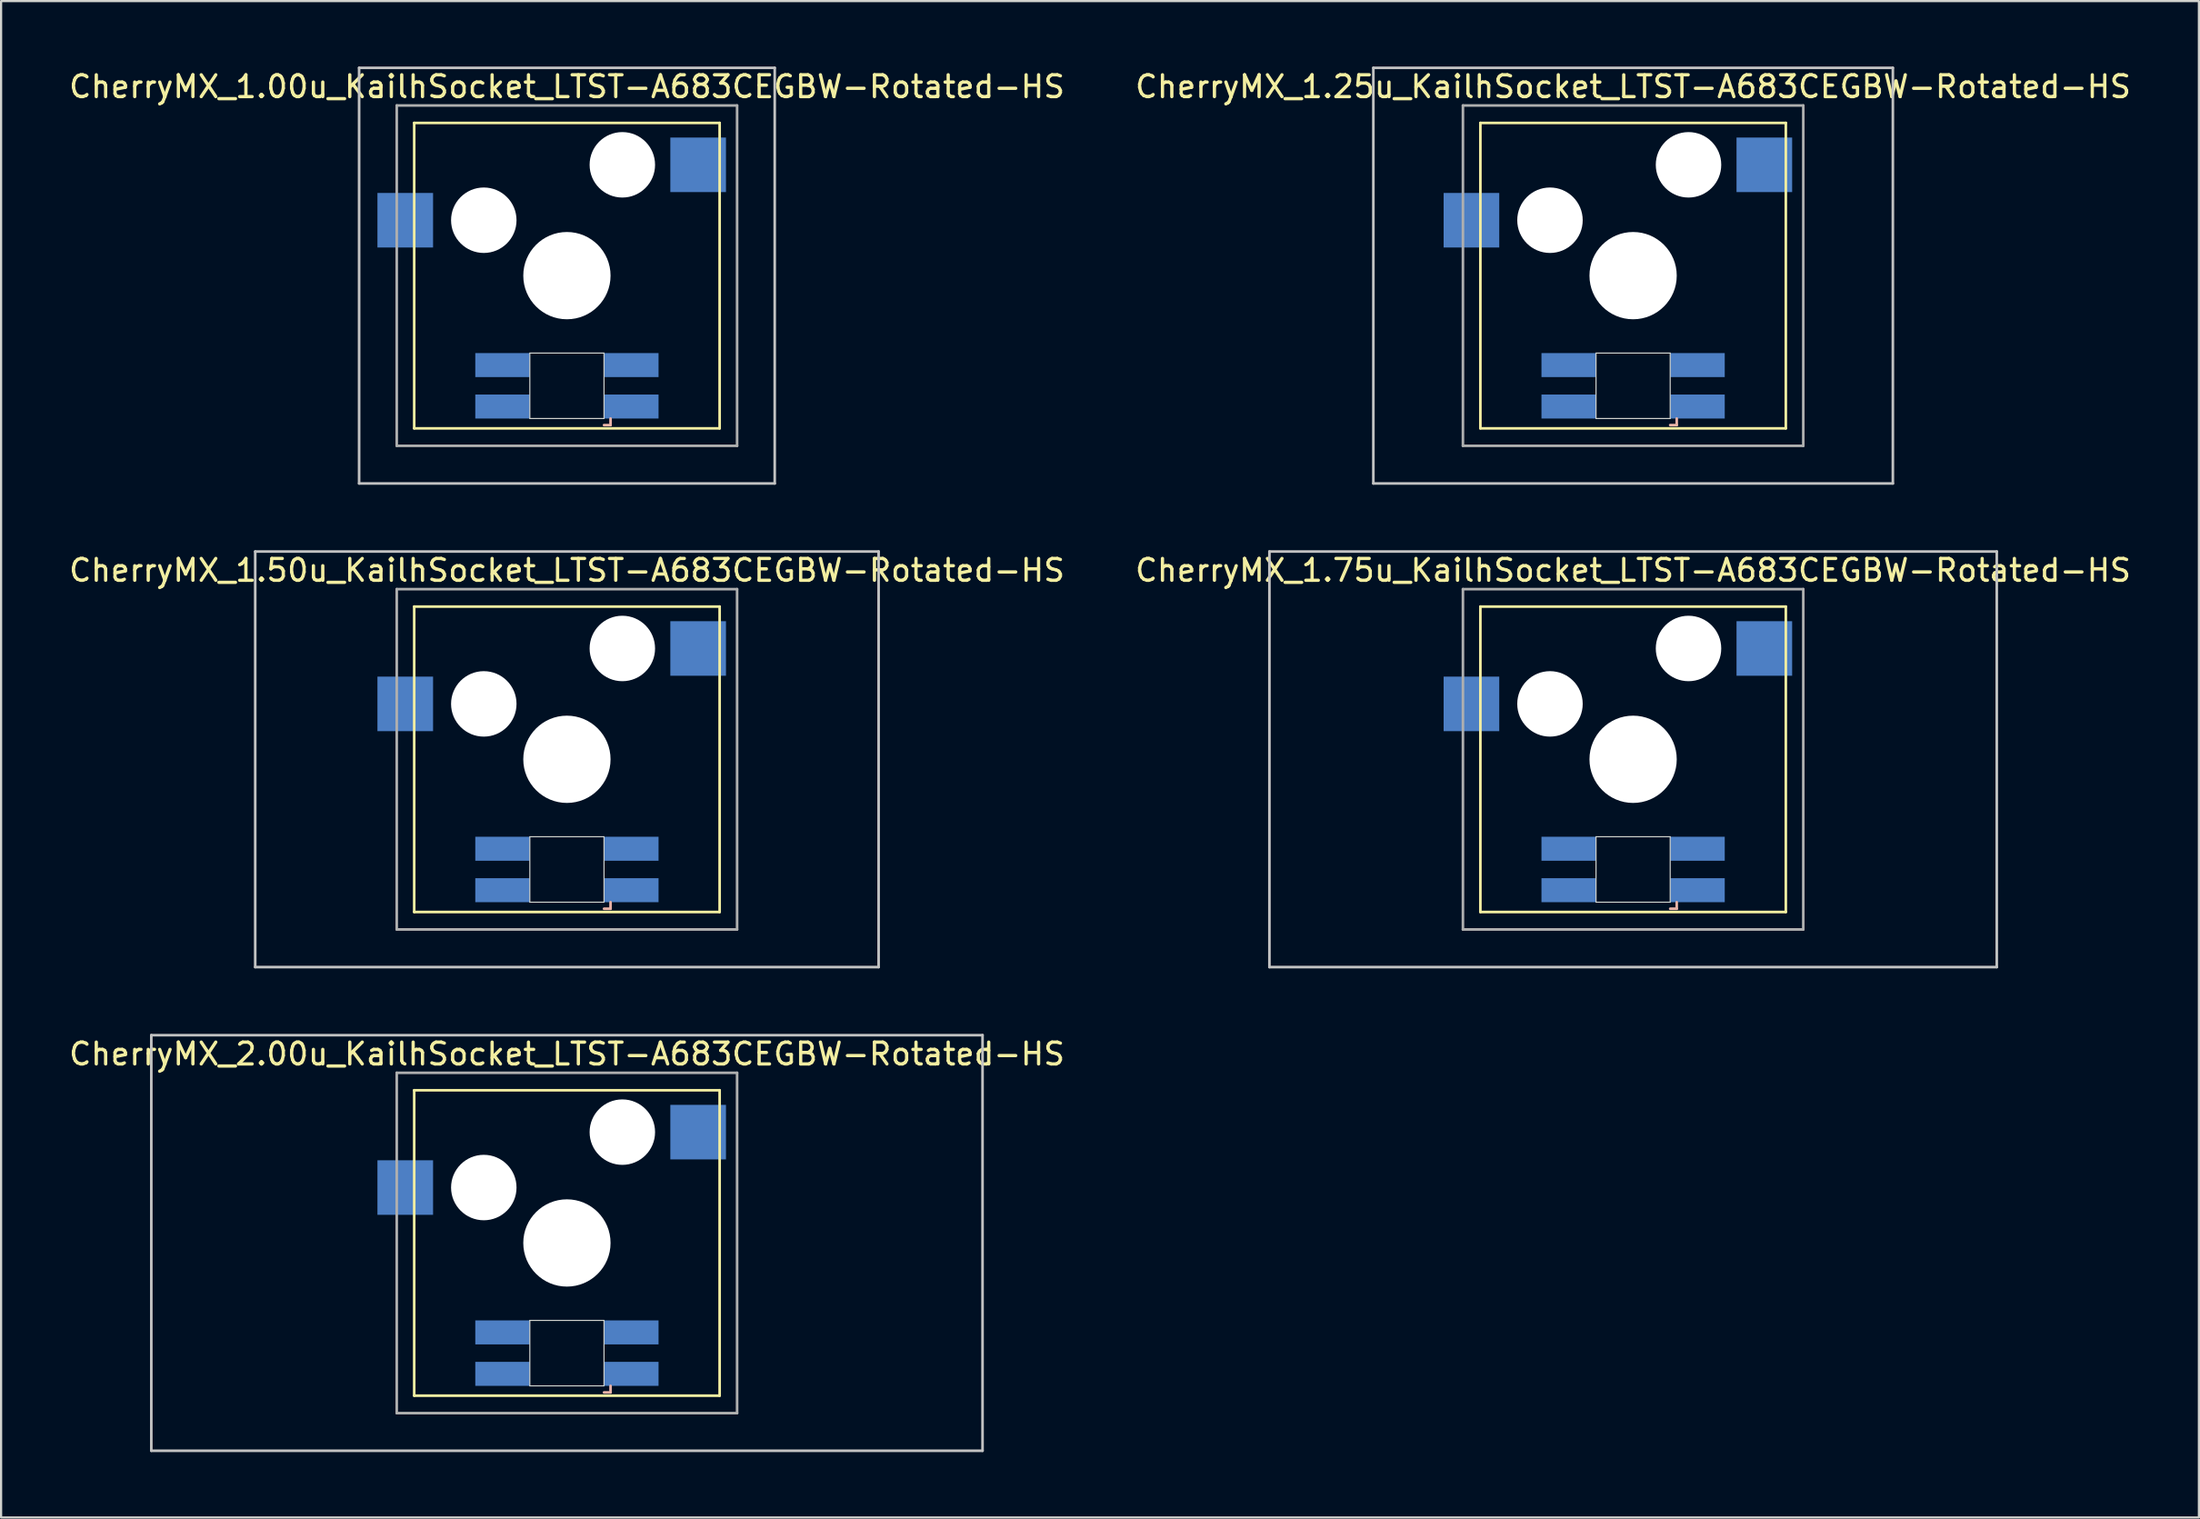
<source format=kicad_pcb>
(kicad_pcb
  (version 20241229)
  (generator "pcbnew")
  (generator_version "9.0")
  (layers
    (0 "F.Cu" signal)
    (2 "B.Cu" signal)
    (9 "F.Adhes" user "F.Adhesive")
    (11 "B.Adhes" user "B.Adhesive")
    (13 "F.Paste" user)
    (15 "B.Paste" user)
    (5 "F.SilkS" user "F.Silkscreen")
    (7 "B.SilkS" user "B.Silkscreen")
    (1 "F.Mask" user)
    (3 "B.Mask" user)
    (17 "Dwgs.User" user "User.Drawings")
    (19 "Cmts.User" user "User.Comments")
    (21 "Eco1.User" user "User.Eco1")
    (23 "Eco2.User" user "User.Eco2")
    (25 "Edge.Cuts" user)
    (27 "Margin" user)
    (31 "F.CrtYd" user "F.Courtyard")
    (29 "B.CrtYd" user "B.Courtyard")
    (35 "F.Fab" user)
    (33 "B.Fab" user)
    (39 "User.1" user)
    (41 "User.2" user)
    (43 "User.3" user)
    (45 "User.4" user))
  (footprint "CherryMX_1.25u_KailhSocket_LTST-A683CEGBW-Rotated-HS"
    (layer "F.Cu")
    (at 71.804 9.585)
    (property "Reference" "CherryMX_1.25u_KailhSocket_LTST-A683CEGBW-Rotated-HS" (at 0 -8.662 0) (layer "F.SilkS") (effects (font (size 1 1) (thickness 0.15))))
    (attr through_hole)
    (fp_line (start -7 -7) (end -7 7) (stroke (width 0.12) (type solid)) (layer "F.SilkS"))
    (fp_line (start -7 -7) (end 7 -7) (stroke (width 0.12) (type solid)) (layer "F.SilkS"))
    (fp_line (start 7 -7) (end 7 7) (stroke (width 0.12) (type solid)) (layer "F.SilkS"))
    (fp_line (start 7 7) (end -7 7) (stroke (width 0.12) (type solid)) (layer "F.SilkS"))
    (fp_line (start 1.7 6.85) (end 2 6.85) (stroke (width 0.12) (type solid)) (layer "B.SilkS"))
    (fp_line (start 2 6.85) (end 2 6.55) (stroke (width 0.12) (type solid)) (layer "B.SilkS"))
    (fp_line (start -11.906 -9.525) (end 11.906 -9.525) (stroke (width 0.12) (type solid)) (layer "Dwgs.User"))
    (fp_line (start -11.906 9.525) (end -11.906 -9.525) (stroke (width 0.12) (type solid)) (layer "Dwgs.User"))
    (fp_line (start 11.906 -9.525) (end 11.906 9.525) (stroke (width 0.12) (type solid)) (layer "Dwgs.User"))
    (fp_line (start 11.906 9.525) (end -11.906 9.525) (stroke (width 0.12) (type solid)) (layer "Dwgs.User"))
    (fp_line (start -1.7 3.55) (end 1.7 3.55) (stroke (width 0.05) (type solid)) (layer "Edge.Cuts"))
    (fp_line (start -1.7 6.55) (end -1.7 3.55) (stroke (width 0.05) (type solid)) (layer "Edge.Cuts"))
    (fp_line (start 1.7 3.55) (end 1.7 6.55) (stroke (width 0.05) (type solid)) (layer "Edge.Cuts"))
    (fp_line (start 1.7 6.55) (end -1.7 6.55) (stroke (width 0.05) (type solid)) (layer "Edge.Cuts"))
    (fp_line (start -7.8 -7.8) (end -7.8 7.8) (stroke (width 0.12) (type solid)) (layer "F.Fab"))
    (fp_line (start -7.8 -7.8) (end 7.8 -7.8) (stroke (width 0.12) (type solid)) (layer "F.Fab"))
    (fp_line (start -7.8 7.8) (end 7.8 7.8) (stroke (width 0.12) (type solid)) (layer "F.Fab"))
    (fp_line (start 7.8 -7.8) (end 7.8 7.8) (stroke (width 0.12) (type solid)) (layer "F.Fab"))
    (pad "" np_thru_hole circle (at -3.81 -2.54) (size 3 3) (drill 3) (layers "*.Cu" "*.Mask"))
    (pad "" np_thru_hole circle (at 0 0) (size 4 4) (drill 4) (layers "*.Cu" "*.Mask"))
    (pad "" np_thru_hole circle (at 2.54 -5.08) (size 3 3) (drill 3) (layers "*.Cu" "*.Mask"))
    (pad "1" smd rect (at -7.41 -2.54) (size 2.55 2.5) (layers "B.Cu" "B.Mask" "B.Paste"))
    (pad "2" smd rect (at 6.015 -5.08) (size 2.55 2.5) (layers "B.Cu" "B.Mask" "B.Paste"))
    (pad "3" smd rect (at 2.95 6) (size 2.5 1.1) (layers "B.Cu" "B.Mask" "B.Paste"))
    (pad "4" smd rect (at 2.95 4.1) (size 2.5 1.1) (layers "B.Cu" "B.Mask" "B.Paste"))
    (pad "5" smd rect (at -2.95 6) (size 2.5 1.1) (layers "B.Cu" "B.Mask" "B.Paste"))
    (pad "6" smd rect (at -2.95 4.1) (size 2.5 1.1) (layers "B.Cu" "B.Mask" "B.Paste")))
  (footprint "CherryMX_1.50u_KailhSocket_LTST-A683CEGBW-Rotated-HS"
    (layer "F.Cu")
    (at 22.935 31.755)
    (property "Reference" "CherryMX_1.50u_KailhSocket_LTST-A683CEGBW-Rotated-HS" (at 0 -8.662 0) (layer "F.SilkS") (effects (font (size 1 1) (thickness 0.15))))
    (attr through_hole)
    (fp_line (start -7 -7) (end -7 7) (stroke (width 0.12) (type solid)) (layer "F.SilkS"))
    (fp_line (start -7 -7) (end 7 -7) (stroke (width 0.12) (type solid)) (layer "F.SilkS"))
    (fp_line (start 7 -7) (end 7 7) (stroke (width 0.12) (type solid)) (layer "F.SilkS"))
    (fp_line (start 7 7) (end -7 7) (stroke (width 0.12) (type solid)) (layer "F.SilkS"))
    (fp_line (start 1.7 6.85) (end 2 6.85) (stroke (width 0.12) (type solid)) (layer "B.SilkS"))
    (fp_line (start 2 6.85) (end 2 6.55) (stroke (width 0.12) (type solid)) (layer "B.SilkS"))
    (fp_line (start -14.287 -9.525) (end 14.287 -9.525) (stroke (width 0.12) (type solid)) (layer "Dwgs.User"))
    (fp_line (start -14.287 9.525) (end -14.287 -9.525) (stroke (width 0.12) (type solid)) (layer "Dwgs.User"))
    (fp_line (start 14.287 -9.525) (end 14.287 9.525) (stroke (width 0.12) (type solid)) (layer "Dwgs.User"))
    (fp_line (start 14.287 9.525) (end -14.287 9.525) (stroke (width 0.12) (type solid)) (layer "Dwgs.User"))
    (fp_line (start -1.7 3.55) (end 1.7 3.55) (stroke (width 0.05) (type solid)) (layer "Edge.Cuts"))
    (fp_line (start -1.7 6.55) (end -1.7 3.55) (stroke (width 0.05) (type solid)) (layer "Edge.Cuts"))
    (fp_line (start 1.7 3.55) (end 1.7 6.55) (stroke (width 0.05) (type solid)) (layer "Edge.Cuts"))
    (fp_line (start 1.7 6.55) (end -1.7 6.55) (stroke (width 0.05) (type solid)) (layer "Edge.Cuts"))
    (fp_line (start -7.8 -7.8) (end -7.8 7.8) (stroke (width 0.12) (type solid)) (layer "F.Fab"))
    (fp_line (start -7.8 -7.8) (end 7.8 -7.8) (stroke (width 0.12) (type solid)) (layer "F.Fab"))
    (fp_line (start -7.8 7.8) (end 7.8 7.8) (stroke (width 0.12) (type solid)) (layer "F.Fab"))
    (fp_line (start 7.8 -7.8) (end 7.8 7.8) (stroke (width 0.12) (type solid)) (layer "F.Fab"))
    (pad "" np_thru_hole circle (at -3.81 -2.54) (size 3 3) (drill 3) (layers "*.Cu" "*.Mask"))
    (pad "" np_thru_hole circle (at 0 0) (size 4 4) (drill 4) (layers "*.Cu" "*.Mask"))
    (pad "" np_thru_hole circle (at 2.54 -5.08) (size 3 3) (drill 3) (layers "*.Cu" "*.Mask"))
    (pad "1" smd rect (at -7.41 -2.54) (size 2.55 2.5) (layers "B.Cu" "B.Mask" "B.Paste"))
    (pad "2" smd rect (at 6.015 -5.08) (size 2.55 2.5) (layers "B.Cu" "B.Mask" "B.Paste"))
    (pad "3" smd rect (at 2.95 6) (size 2.5 1.1) (layers "B.Cu" "B.Mask" "B.Paste"))
    (pad "4" smd rect (at 2.95 4.1) (size 2.5 1.1) (layers "B.Cu" "B.Mask" "B.Paste"))
    (pad "5" smd rect (at -2.95 6) (size 2.5 1.1) (layers "B.Cu" "B.Mask" "B.Paste"))
    (pad "6" smd rect (at -2.95 4.1) (size 2.5 1.1) (layers "B.Cu" "B.Mask" "B.Paste")))
  (footprint "CherryMX_2.00u_KailhSocket_LTST-A683CEGBW-Rotated-HS"
    (layer "F.Cu")
    (at 22.935 53.925)
    (property "Reference" "CherryMX_2.00u_KailhSocket_LTST-A683CEGBW-Rotated-HS" (at 0 -8.662 0) (layer "F.SilkS") (effects (font (size 1 1) (thickness 0.15))))
    (attr through_hole)
    (fp_line (start -7 -7) (end -7 7) (stroke (width 0.12) (type solid)) (layer "F.SilkS"))
    (fp_line (start -7 -7) (end 7 -7) (stroke (width 0.12) (type solid)) (layer "F.SilkS"))
    (fp_line (start 7 -7) (end 7 7) (stroke (width 0.12) (type solid)) (layer "F.SilkS"))
    (fp_line (start 7 7) (end -7 7) (stroke (width 0.12) (type solid)) (layer "F.SilkS"))
    (fp_line (start 1.7 6.85) (end 2 6.85) (stroke (width 0.12) (type solid)) (layer "B.SilkS"))
    (fp_line (start 2 6.85) (end 2 6.55) (stroke (width 0.12) (type solid)) (layer "B.SilkS"))
    (fp_line (start -19.05 -9.525) (end 19.05 -9.525) (stroke (width 0.12) (type solid)) (layer "Dwgs.User"))
    (fp_line (start -19.05 9.525) (end -19.05 -9.525) (stroke (width 0.12) (type solid)) (layer "Dwgs.User"))
    (fp_line (start 19.05 -9.525) (end 19.05 9.525) (stroke (width 0.12) (type solid)) (layer "Dwgs.User"))
    (fp_line (start 19.05 9.525) (end -19.05 9.525) (stroke (width 0.12) (type solid)) (layer "Dwgs.User"))
    (fp_line (start -1.7 3.55) (end 1.7 3.55) (stroke (width 0.05) (type solid)) (layer "Edge.Cuts"))
    (fp_line (start -1.7 6.55) (end -1.7 3.55) (stroke (width 0.05) (type solid)) (layer "Edge.Cuts"))
    (fp_line (start 1.7 3.55) (end 1.7 6.55) (stroke (width 0.05) (type solid)) (layer "Edge.Cuts"))
    (fp_line (start 1.7 6.55) (end -1.7 6.55) (stroke (width 0.05) (type solid)) (layer "Edge.Cuts"))
    (fp_line (start -7.8 -7.8) (end -7.8 7.8) (stroke (width 0.12) (type solid)) (layer "F.Fab"))
    (fp_line (start -7.8 -7.8) (end 7.8 -7.8) (stroke (width 0.12) (type solid)) (layer "F.Fab"))
    (fp_line (start -7.8 7.8) (end 7.8 7.8) (stroke (width 0.12) (type solid)) (layer "F.Fab"))
    (fp_line (start 7.8 -7.8) (end 7.8 7.8) (stroke (width 0.12) (type solid)) (layer "F.Fab"))
    (pad "" np_thru_hole circle (at -3.81 -2.54) (size 3 3) (drill 3) (layers "*.Cu" "*.Mask"))
    (pad "" np_thru_hole circle (at 0 0) (size 4 4) (drill 4) (layers "*.Cu" "*.Mask"))
    (pad "" np_thru_hole circle (at 2.54 -5.08) (size 3 3) (drill 3) (layers "*.Cu" "*.Mask"))
    (pad "1" smd rect (at -7.41 -2.54) (size 2.55 2.5) (layers "B.Cu" "B.Mask" "B.Paste"))
    (pad "2" smd rect (at 6.015 -5.08) (size 2.55 2.5) (layers "B.Cu" "B.Mask" "B.Paste"))
    (pad "3" smd rect (at 2.95 6) (size 2.5 1.1) (layers "B.Cu" "B.Mask" "B.Paste"))
    (pad "4" smd rect (at 2.95 4.1) (size 2.5 1.1) (layers "B.Cu" "B.Mask" "B.Paste"))
    (pad "5" smd rect (at -2.95 6) (size 2.5 1.1) (layers "B.Cu" "B.Mask" "B.Paste"))
    (pad "6" smd rect (at -2.95 4.1) (size 2.5 1.1) (layers "B.Cu" "B.Mask" "B.Paste")))
  (footprint "CherryMX_1.75u_KailhSocket_LTST-A683CEGBW-Rotated-HS"
    (layer "F.Cu")
    (at 71.804 31.755)
    (property "Reference" "CherryMX_1.75u_KailhSocket_LTST-A683CEGBW-Rotated-HS" (at 0 -8.662 0) (layer "F.SilkS") (effects (font (size 1 1) (thickness 0.15))))
    (attr through_hole)
    (fp_line (start -7 -7) (end -7 7) (stroke (width 0.12) (type solid)) (layer "F.SilkS"))
    (fp_line (start -7 -7) (end 7 -7) (stroke (width 0.12) (type solid)) (layer "F.SilkS"))
    (fp_line (start 7 -7) (end 7 7) (stroke (width 0.12) (type solid)) (layer "F.SilkS"))
    (fp_line (start 7 7) (end -7 7) (stroke (width 0.12) (type solid)) (layer "F.SilkS"))
    (fp_line (start 1.7 6.85) (end 2 6.85) (stroke (width 0.12) (type solid)) (layer "B.SilkS"))
    (fp_line (start 2 6.85) (end 2 6.55) (stroke (width 0.12) (type solid)) (layer "B.SilkS"))
    (fp_line (start -16.669 -9.525) (end 16.669 -9.525) (stroke (width 0.12) (type solid)) (layer "Dwgs.User"))
    (fp_line (start -16.669 9.525) (end -16.669 -9.525) (stroke (width 0.12) (type solid)) (layer "Dwgs.User"))
    (fp_line (start 16.669 -9.525) (end 16.669 9.525) (stroke (width 0.12) (type solid)) (layer "Dwgs.User"))
    (fp_line (start 16.669 9.525) (end -16.669 9.525) (stroke (width 0.12) (type solid)) (layer "Dwgs.User"))
    (fp_line (start -1.7 3.55) (end 1.7 3.55) (stroke (width 0.05) (type solid)) (layer "Edge.Cuts"))
    (fp_line (start -1.7 6.55) (end -1.7 3.55) (stroke (width 0.05) (type solid)) (layer "Edge.Cuts"))
    (fp_line (start 1.7 3.55) (end 1.7 6.55) (stroke (width 0.05) (type solid)) (layer "Edge.Cuts"))
    (fp_line (start 1.7 6.55) (end -1.7 6.55) (stroke (width 0.05) (type solid)) (layer "Edge.Cuts"))
    (fp_line (start -7.8 -7.8) (end -7.8 7.8) (stroke (width 0.12) (type solid)) (layer "F.Fab"))
    (fp_line (start -7.8 -7.8) (end 7.8 -7.8) (stroke (width 0.12) (type solid)) (layer "F.Fab"))
    (fp_line (start -7.8 7.8) (end 7.8 7.8) (stroke (width 0.12) (type solid)) (layer "F.Fab"))
    (fp_line (start 7.8 -7.8) (end 7.8 7.8) (stroke (width 0.12) (type solid)) (layer "F.Fab"))
    (pad "" np_thru_hole circle (at -3.81 -2.54) (size 3 3) (drill 3) (layers "*.Cu" "*.Mask"))
    (pad "" np_thru_hole circle (at 0 0) (size 4 4) (drill 4) (layers "*.Cu" "*.Mask"))
    (pad "" np_thru_hole circle (at 2.54 -5.08) (size 3 3) (drill 3) (layers "*.Cu" "*.Mask"))
    (pad "1" smd rect (at -7.41 -2.54) (size 2.55 2.5) (layers "B.Cu" "B.Mask" "B.Paste"))
    (pad "2" smd rect (at 6.015 -5.08) (size 2.55 2.5) (layers "B.Cu" "B.Mask" "B.Paste"))
    (pad "3" smd rect (at 2.95 6) (size 2.5 1.1) (layers "B.Cu" "B.Mask" "B.Paste"))
    (pad "4" smd rect (at 2.95 4.1) (size 2.5 1.1) (layers "B.Cu" "B.Mask" "B.Paste"))
    (pad "5" smd rect (at -2.95 6) (size 2.5 1.1) (layers "B.Cu" "B.Mask" "B.Paste"))
    (pad "6" smd rect (at -2.95 4.1) (size 2.5 1.1) (layers "B.Cu" "B.Mask" "B.Paste")))
  (footprint "CherryMX_1.00u_KailhSocket_LTST-A683CEGBW-Rotated-HS"
    (layer "F.Cu")
    (at 22.935 9.585)
    (property "Reference" "CherryMX_1.00u_KailhSocket_LTST-A683CEGBW-Rotated-HS" (at 0 -8.662 0) (layer "F.SilkS") (effects (font (size 1 1) (thickness 0.15))))
    (attr through_hole)
    (fp_line (start -7 -7) (end -7 7) (stroke (width 0.12) (type solid)) (layer "F.SilkS"))
    (fp_line (start -7 -7) (end 7 -7) (stroke (width 0.12) (type solid)) (layer "F.SilkS"))
    (fp_line (start 7 -7) (end 7 7) (stroke (width 0.12) (type solid)) (layer "F.SilkS"))
    (fp_line (start 7 7) (end -7 7) (stroke (width 0.12) (type solid)) (layer "F.SilkS"))
    (fp_line (start 1.7 6.85) (end 2 6.85) (stroke (width 0.12) (type solid)) (layer "B.SilkS"))
    (fp_line (start 2 6.85) (end 2 6.55) (stroke (width 0.12) (type solid)) (layer "B.SilkS"))
    (fp_line (start -9.525 -9.525) (end 9.525 -9.525) (stroke (width 0.12) (type solid)) (layer "Dwgs.User"))
    (fp_line (start -9.525 9.525) (end -9.525 -9.525) (stroke (width 0.12) (type solid)) (layer "Dwgs.User"))
    (fp_line (start 9.525 -9.525) (end 9.525 9.525) (stroke (width 0.12) (type solid)) (layer "Dwgs.User"))
    (fp_line (start 9.525 9.525) (end -9.525 9.525) (stroke (width 0.12) (type solid)) (layer "Dwgs.User"))
    (fp_line (start -1.7 3.55) (end 1.7 3.55) (stroke (width 0.05) (type solid)) (layer "Edge.Cuts"))
    (fp_line (start -1.7 6.55) (end -1.7 3.55) (stroke (width 0.05) (type solid)) (layer "Edge.Cuts"))
    (fp_line (start 1.7 3.55) (end 1.7 6.55) (stroke (width 0.05) (type solid)) (layer "Edge.Cuts"))
    (fp_line (start 1.7 6.55) (end -1.7 6.55) (stroke (width 0.05) (type solid)) (layer "Edge.Cuts"))
    (fp_line (start -7.8 -7.8) (end -7.8 7.8) (stroke (width 0.12) (type solid)) (layer "F.Fab"))
    (fp_line (start -7.8 -7.8) (end 7.8 -7.8) (stroke (width 0.12) (type solid)) (layer "F.Fab"))
    (fp_line (start -7.8 7.8) (end 7.8 7.8) (stroke (width 0.12) (type solid)) (layer "F.Fab"))
    (fp_line (start 7.8 -7.8) (end 7.8 7.8) (stroke (width 0.12) (type solid)) (layer "F.Fab"))
    (pad "" np_thru_hole circle (at -3.81 -2.54) (size 3 3) (drill 3) (layers "*.Cu" "*.Mask"))
    (pad "" np_thru_hole circle (at 0 0) (size 4 4) (drill 4) (layers "*.Cu" "*.Mask"))
    (pad "" np_thru_hole circle (at 2.54 -5.08) (size 3 3) (drill 3) (layers "*.Cu" "*.Mask"))
    (pad "1" smd rect (at -7.41 -2.54) (size 2.55 2.5) (layers "B.Cu" "B.Mask" "B.Paste"))
    (pad "2" smd rect (at 6.015 -5.08) (size 2.55 2.5) (layers "B.Cu" "B.Mask" "B.Paste"))
    (pad "3" smd rect (at 2.95 6) (size 2.5 1.1) (layers "B.Cu" "B.Mask" "B.Paste"))
    (pad "4" smd rect (at 2.95 4.1) (size 2.5 1.1) (layers "B.Cu" "B.Mask" "B.Paste"))
    (pad "5" smd rect (at -2.95 6) (size 2.5 1.1) (layers "B.Cu" "B.Mask" "B.Paste"))
    (pad "6" smd rect (at -2.95 4.1) (size 2.5 1.1) (layers "B.Cu" "B.Mask" "B.Paste")))
  (gr_rect
    (start -3 -3)
    (end 97.738 66.51)
    (stroke (width 0.1) (type default))
    (fill no)
    (layer "Edge.Cuts")))
</source>
